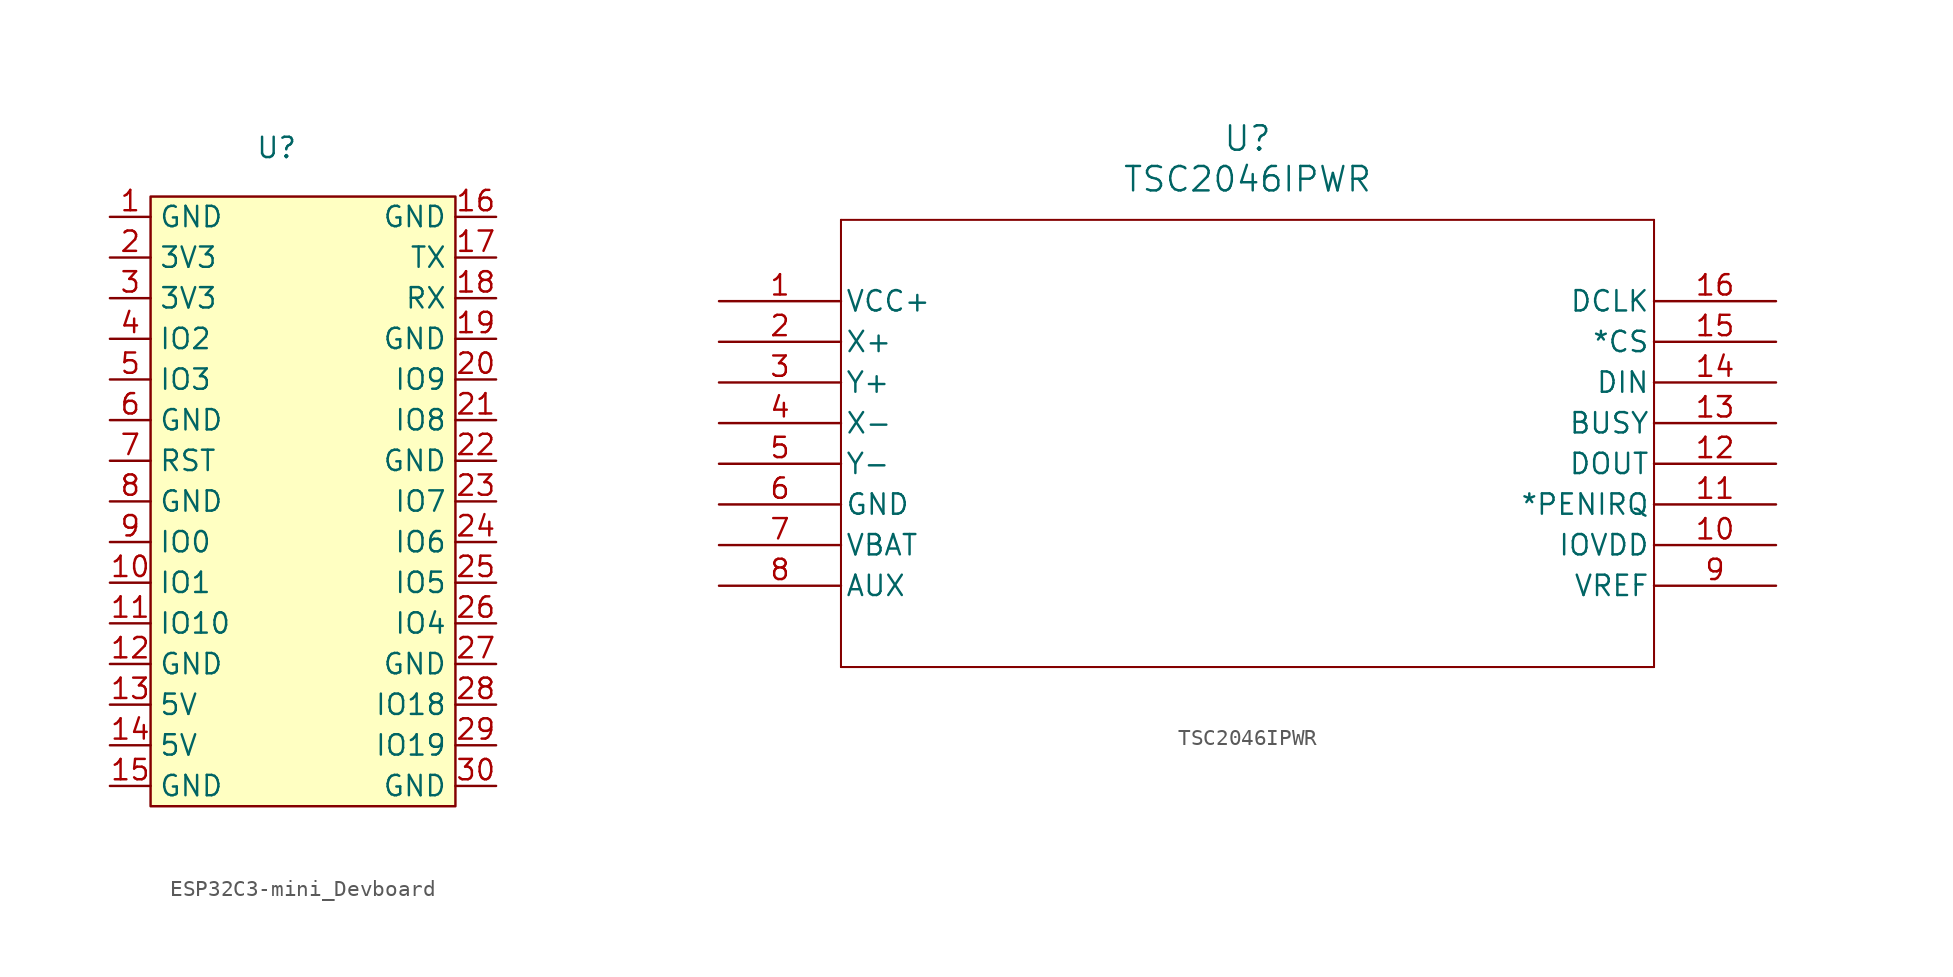
<source format=kicad_sym>
(kicad_symbol_lib
  (version 20231120)
  (generator "kicad_symbol_editor")
  (generator_version "8.0")
  (symbol "ESP32C3-mini_Devboard"
    (property "Reference" "U"
      (at 0.254 14.478 0)
      (effects (font (size 1.27 1.27))))
    (property "Value" ""
      (at 0 0 0)
      (effects (font (size 1.27 1.27))))
    (symbol "ESP32C3-mini_Devboard_1_1"
      (rectangle (start -7.62 11.43) (end 11.43 -26.67) (stroke (width 0) (type default)) (fill (type background)))
      (pin bidirectional line (at -10.16 10.16 0) (length 2.54) (name "GND" (effects (font (size 1.27 1.27)))) (number "1" (effects (font (size 1.27 1.27)))))
      (pin bidirectional line (at -10.16 -12.7 0) (length 2.54) (name "IO1" (effects (font (size 1.27 1.27)))) (number "10" (effects (font (size 1.27 1.27)))))
      (pin bidirectional line (at -10.16 -15.24 0) (length 2.54) (name "IO10" (effects (font (size 1.27 1.27)))) (number "11" (effects (font (size 1.27 1.27)))))
      (pin bidirectional line (at -10.16 -17.78 0) (length 2.54) (name "GND" (effects (font (size 1.27 1.27)))) (number "12" (effects (font (size 1.27 1.27)))))
      (pin bidirectional line (at -10.16 -20.32 0) (length 2.54) (name "5V" (effects (font (size 1.27 1.27)))) (number "13" (effects (font (size 1.27 1.27)))))
      (pin bidirectional line (at -10.16 -22.86 0) (length 2.54) (name "5V" (effects (font (size 1.27 1.27)))) (number "14" (effects (font (size 1.27 1.27)))))
      (pin bidirectional line (at -10.16 -25.4 0) (length 2.54) (name "GND" (effects (font (size 1.27 1.27)))) (number "15" (effects (font (size 1.27 1.27)))))
      (pin bidirectional line (at 13.97 10.16 180) (length 2.54) (name "GND" (effects (font (size 1.27 1.27)))) (number "16" (effects (font (size 1.27 1.27)))))
      (pin output line (at 13.97 7.62 180) (length 2.54) (name "TX" (effects (font (size 1.27 1.27)))) (number "17" (effects (font (size 1.27 1.27)))))
      (pin input line (at 13.97 5.08 180) (length 2.54) (name "RX" (effects (font (size 1.27 1.27)))) (number "18" (effects (font (size 1.27 1.27)))))
      (pin bidirectional line (at 13.97 2.54 180) (length 2.54) (name "GND" (effects (font (size 1.27 1.27)))) (number "19" (effects (font (size 1.27 1.27)))))
      (pin power_out line (at -10.16 7.62 0) (length 2.54) (name "3V3" (effects (font (size 1.27 1.27)))) (number "2" (effects (font (size 1.27 1.27)))))
      (pin bidirectional line (at 13.97 0 180) (length 2.54) (name "IO9" (effects (font (size 1.27 1.27)))) (number "20" (effects (font (size 1.27 1.27)))))
      (pin bidirectional line (at 13.97 -2.54 180) (length 2.54) (name "IO8" (effects (font (size 1.27 1.27)))) (number "21" (effects (font (size 1.27 1.27)))))
      (pin bidirectional line (at 13.97 -5.08 180) (length 2.54) (name "GND" (effects (font (size 1.27 1.27)))) (number "22" (effects (font (size 1.27 1.27)))))
      (pin bidirectional line (at 13.97 -7.62 180) (length 2.54) (name "IO7" (effects (font (size 1.27 1.27)))) (number "23" (effects (font (size 1.27 1.27)))))
      (pin bidirectional line (at 13.97 -10.16 180) (length 2.54) (name "IO6" (effects (font (size 1.27 1.27)))) (number "24" (effects (font (size 1.27 1.27)))))
      (pin bidirectional line (at 13.97 -12.7 180) (length 2.54) (name "IO5" (effects (font (size 1.27 1.27)))) (number "25" (effects (font (size 1.27 1.27)))))
      (pin bidirectional line (at 13.97 -15.24 180) (length 2.54) (name "IO4" (effects (font (size 1.27 1.27)))) (number "26" (effects (font (size 1.27 1.27)))))
      (pin bidirectional line (at 13.97 -17.78 180) (length 2.54) (name "GND" (effects (font (size 1.27 1.27)))) (number "27" (effects (font (size 1.27 1.27)))))
      (pin bidirectional line (at 13.97 -20.32 180) (length 2.54) (name "IO18" (effects (font (size 1.27 1.27)))) (number "28" (effects (font (size 1.27 1.27)))))
      (pin bidirectional line (at 13.97 -22.86 180) (length 2.54) (name "IO19" (effects (font (size 1.27 1.27)))) (number "29" (effects (font (size 1.27 1.27)))))
      (pin power_out line (at -10.16 5.08 0) (length 2.54) (name "3V3" (effects (font (size 1.27 1.27)))) (number "3" (effects (font (size 1.27 1.27)))))
      (pin bidirectional line (at 13.97 -25.4 180) (length 2.54) (name "GND" (effects (font (size 1.27 1.27)))) (number "30" (effects (font (size 1.27 1.27)))))
      (pin bidirectional line (at -10.16 2.54 0) (length 2.54) (name "IO2" (effects (font (size 1.27 1.27)))) (number "4" (effects (font (size 1.27 1.27)))))
      (pin bidirectional line (at -10.16 0 0) (length 2.54) (name "IO3" (effects (font (size 1.27 1.27)))) (number "5" (effects (font (size 1.27 1.27)))))
      (pin bidirectional line (at -10.16 -2.54 0) (length 2.54) (name "GND" (effects (font (size 1.27 1.27)))) (number "6" (effects (font (size 1.27 1.27)))))
      (pin bidirectional line (at -10.16 -5.08 0) (length 2.54) (name "RST" (effects (font (size 1.27 1.27)))) (number "7" (effects (font (size 1.27 1.27)))))
      (pin bidirectional line (at -10.16 -7.62 0) (length 2.54) (name "GND" (effects (font (size 1.27 1.27)))) (number "8" (effects (font (size 1.27 1.27)))))
      (pin bidirectional line (at -10.16 -10.16 0) (length 2.54) (name "IO0" (effects (font (size 1.27 1.27)))) (number "9" (effects (font (size 1.27 1.27)))))))
  (symbol "TSC2046IPWR"
    (pin_names
      (offset 0.254))
    (property "Reference" "U"
      (at 33.02 10.16 0)
      (effects (font (size 1.524 1.524))))
    (property "Value" "TSC2046IPWR"
      (at 33.02 7.62 0)
      (effects (font (size 1.524 1.524))))
    (property "ki_locked" ""
      (at 0 0 0)
      (effects (font (size 1.27 1.27))))
    (symbol "TSC2046IPWR_0_1"
      (polyline (pts (xy 7.62 -22.86) (xy 58.42 -22.86)) (stroke (width 0.127) (type default)) (fill (type none)))
      (polyline (pts (xy 7.62 5.08) (xy 7.62 -22.86)) (stroke (width 0.127) (type default)) (fill (type none)))
      (polyline (pts (xy 58.42 -22.86) (xy 58.42 5.08)) (stroke (width 0.127) (type default)) (fill (type none)))
      (polyline (pts (xy 58.42 5.08) (xy 7.62 5.08)) (stroke (width 0.127) (type default)) (fill (type none)))
      (pin power_in line (at 0 0 0) (length 7.62) (name "VCC+" (effects (font (size 1.27 1.27)))) (number "1" (effects (font (size 1.27 1.27)))))
      (pin bidirectional line (at 66.04 -15.24 180) (length 7.62) (name "IOVDD" (effects (font (size 1.27 1.27)))) (number "10" (effects (font (size 1.27 1.27)))))
      (pin input line (at 66.04 -12.7 180) (length 7.62) (name "*PENIRQ" (effects (font (size 1.27 1.27)))) (number "11" (effects (font (size 1.27 1.27)))))
      (pin output line (at 66.04 -10.16 180) (length 7.62) (name "DOUT" (effects (font (size 1.27 1.27)))) (number "12" (effects (font (size 1.27 1.27)))))
      (pin output line (at 66.04 -7.62 180) (length 7.62) (name "BUSY" (effects (font (size 1.27 1.27)))) (number "13" (effects (font (size 1.27 1.27)))))
      (pin input line (at 66.04 -5.08 180) (length 7.62) (name "DIN" (effects (font (size 1.27 1.27)))) (number "14" (effects (font (size 1.27 1.27)))))
      (pin input line (at 66.04 -2.54 180) (length 7.62) (name "*CS" (effects (font (size 1.27 1.27)))) (number "15" (effects (font (size 1.27 1.27)))))
      (pin input line (at 66.04 0 180) (length 7.62) (name "DCLK" (effects (font (size 1.27 1.27)))) (number "16" (effects (font (size 1.27 1.27)))))
      (pin input line (at 0 -2.54 0) (length 7.62) (name "X+" (effects (font (size 1.27 1.27)))) (number "2" (effects (font (size 1.27 1.27)))))
      (pin input line (at 0 -5.08 0) (length 7.62) (name "Y+" (effects (font (size 1.27 1.27)))) (number "3" (effects (font (size 1.27 1.27)))))
      (pin input line (at 0 -7.62 0) (length 7.62) (name "X-" (effects (font (size 1.27 1.27)))) (number "4" (effects (font (size 1.27 1.27)))))
      (pin input line (at 0 -10.16 0) (length 7.62) (name "Y-" (effects (font (size 1.27 1.27)))) (number "5" (effects (font (size 1.27 1.27)))))
      (pin power_in line (at 0 -12.7 0) (length 7.62) (name "GND" (effects (font (size 1.27 1.27)))) (number "6" (effects (font (size 1.27 1.27)))))
      (pin input line (at 0 -15.24 0) (length 7.62) (name "VBAT" (effects (font (size 1.27 1.27)))) (number "7" (effects (font (size 1.27 1.27)))))
      (pin input line (at 0 -17.78 0) (length 7.62) (name "AUX" (effects (font (size 1.27 1.27)))) (number "8" (effects (font (size 1.27 1.27)))))
      (pin power_in line (at 66.04 -17.78 180) (length 7.62) (name "VREF" (effects (font (size 1.27 1.27)))) (number "9" (effects (font (size 1.27 1.27))))))))
</source>
